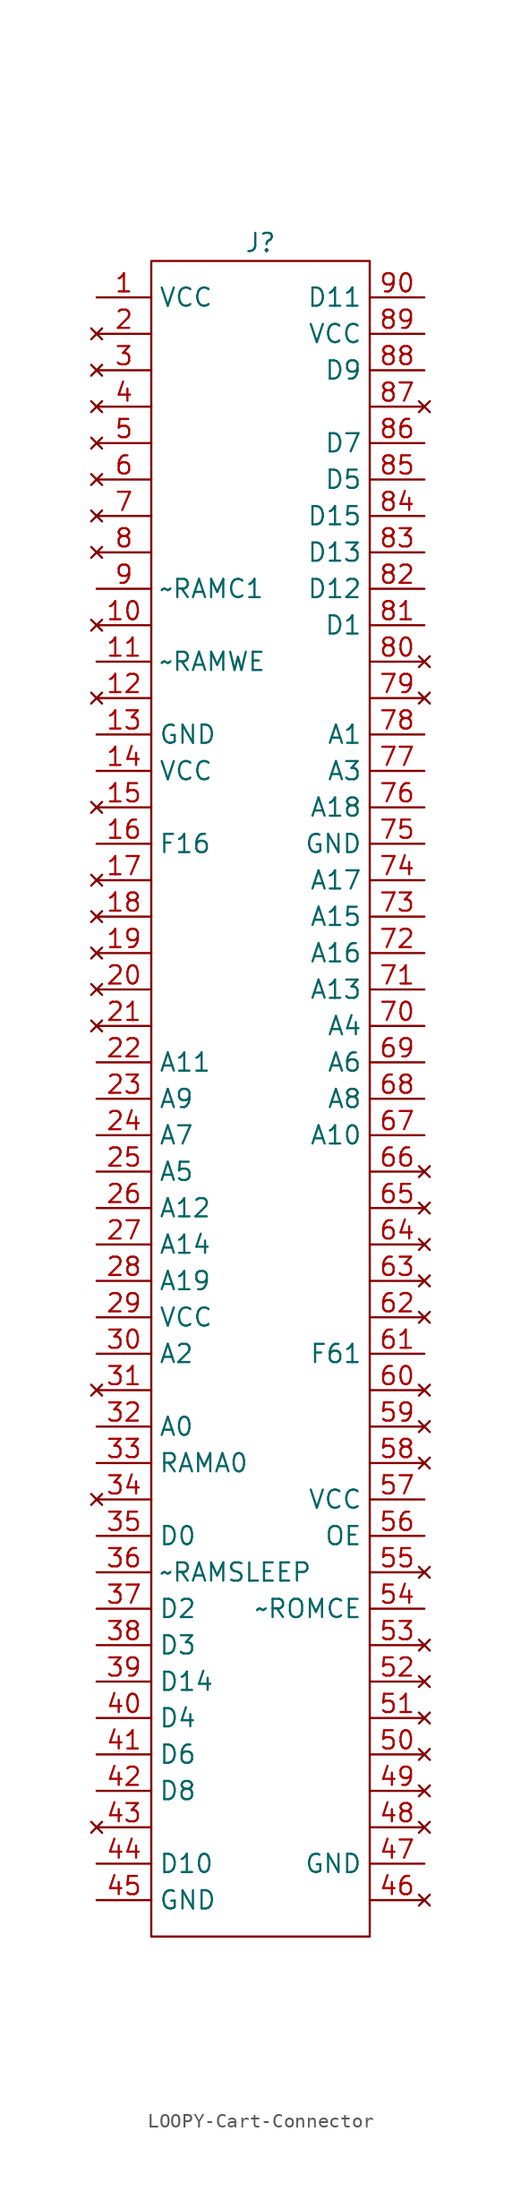
<source format=kicad_sym>
(kicad_symbol_lib
  (version 20220914)
  (generator kicad_symbol_editor)
  (symbol "LOOPY-Cart-Connector"
    (property "Reference" "J"
      (at 0 1.27 0)
      (effects (font (size 1.27 1.27))))
    (property "Value" ""
      (at 0 0 0)
      (effects (font (size 1.27 1.27))))
    (symbol "LOOPY-Cart-Connector_0_1"
      (rectangle (start -7.62 0) (end 7.62 -116.84) (stroke (width 0) (type default)) (fill (type none))))
    (symbol "LOOPY-Cart-Connector_1_1"
      (pin power_in line (at -11.43 -2.54 0) (length 3.81) (name "VCC" (effects (font (size 1.27 1.27)))) (number "1" (effects (font (size 1.27 1.27)))))
      (pin no_connect line (at -11.43 -25.4 0) (length 3.81) (name "" (effects (font (size 1.27 1.27)))) (number "10" (effects (font (size 1.27 1.27)))))
      (pin output line (at -11.43 -27.94 0) (length 3.81) (name "~RAMWE" (effects (font (size 1.27 1.27)))) (number "11" (effects (font (size 1.27 1.27)))))
      (pin no_connect line (at -11.43 -30.48 0) (length 3.81) (name "" (effects (font (size 1.27 1.27)))) (number "12" (effects (font (size 1.27 1.27)))))
      (pin power_in line (at -11.43 -33.02 0) (length 3.81) (name "GND" (effects (font (size 1.27 1.27)))) (number "13" (effects (font (size 1.27 1.27)))))
      (pin power_in line (at -11.43 -35.56 0) (length 3.81) (name "VCC" (effects (font (size 1.27 1.27)))) (number "14" (effects (font (size 1.27 1.27)))))
      (pin no_connect line (at -11.43 -38.1 0) (length 3.81) (name "" (effects (font (size 1.27 1.27)))) (number "15" (effects (font (size 1.27 1.27)))))
      (pin passive line (at -11.43 -40.64 0) (length 3.81) (name "F16" (effects (font (size 1.27 1.27)))) (number "16" (effects (font (size 1.27 1.27)))))
      (pin no_connect line (at -11.43 -43.18 0) (length 3.81) (name "" (effects (font (size 1.27 1.27)))) (number "17" (effects (font (size 1.27 1.27)))))
      (pin no_connect line (at -11.43 -45.72 0) (length 3.81) (name "" (effects (font (size 1.27 1.27)))) (number "18" (effects (font (size 1.27 1.27)))))
      (pin no_connect line (at -11.43 -48.26 0) (length 3.81) (name "" (effects (font (size 1.27 1.27)))) (number "19" (effects (font (size 1.27 1.27)))))
      (pin no_connect line (at -11.43 -5.08 0) (length 3.81) (name "" (effects (font (size 1.27 1.27)))) (number "2" (effects (font (size 1.27 1.27)))))
      (pin no_connect line (at -11.43 -50.8 0) (length 3.81) (name "" (effects (font (size 1.27 1.27)))) (number "20" (effects (font (size 1.27 1.27)))))
      (pin no_connect line (at -11.43 -53.34 0) (length 3.81) (name "" (effects (font (size 1.27 1.27)))) (number "21" (effects (font (size 1.27 1.27)))))
      (pin bidirectional line (at -11.43 -55.88 0) (length 3.81) (name "A11" (effects (font (size 1.27 1.27)))) (number "22" (effects (font (size 1.27 1.27)))))
      (pin bidirectional line (at -11.43 -58.42 0) (length 3.81) (name "A9" (effects (font (size 1.27 1.27)))) (number "23" (effects (font (size 1.27 1.27)))))
      (pin bidirectional line (at -11.43 -60.96 0) (length 3.81) (name "A7" (effects (font (size 1.27 1.27)))) (number "24" (effects (font (size 1.27 1.27)))))
      (pin bidirectional line (at -11.43 -63.5 0) (length 3.81) (name "A5" (effects (font (size 1.27 1.27)))) (number "25" (effects (font (size 1.27 1.27)))))
      (pin bidirectional line (at -11.43 -66.04 0) (length 3.81) (name "A12" (effects (font (size 1.27 1.27)))) (number "26" (effects (font (size 1.27 1.27)))))
      (pin bidirectional line (at -11.43 -68.58 0) (length 3.81) (name "A14" (effects (font (size 1.27 1.27)))) (number "27" (effects (font (size 1.27 1.27)))))
      (pin bidirectional line (at -11.43 -71.12 0) (length 3.81) (name "A19" (effects (font (size 1.27 1.27)))) (number "28" (effects (font (size 1.27 1.27)))))
      (pin power_out line (at -11.43 -73.66 0) (length 3.81) (name "VCC" (effects (font (size 1.27 1.27)))) (number "29" (effects (font (size 1.27 1.27)))))
      (pin no_connect line (at -11.43 -7.62 0) (length 3.81) (name "" (effects (font (size 1.27 1.27)))) (number "3" (effects (font (size 1.27 1.27)))))
      (pin bidirectional line (at -11.43 -76.2 0) (length 3.81) (name "A2" (effects (font (size 1.27 1.27)))) (number "30" (effects (font (size 1.27 1.27)))))
      (pin no_connect line (at -11.43 -78.74 0) (length 3.81) (name "" (effects (font (size 1.27 1.27)))) (number "31" (effects (font (size 1.27 1.27)))))
      (pin bidirectional line (at -11.43 -81.28 0) (length 3.81) (name "A0" (effects (font (size 1.27 1.27)))) (number "32" (effects (font (size 1.27 1.27)))))
      (pin bidirectional line (at -11.43 -83.82 0) (length 3.81) (name "RAMA0" (effects (font (size 1.27 1.27)))) (number "33" (effects (font (size 1.27 1.27)))))
      (pin no_connect line (at -11.43 -86.36 0) (length 3.81) (name "" (effects (font (size 1.27 1.27)))) (number "34" (effects (font (size 1.27 1.27)))))
      (pin bidirectional line (at -11.43 -88.9 0) (length 3.81) (name "D0" (effects (font (size 1.27 1.27)))) (number "35" (effects (font (size 1.27 1.27)))))
      (pin output line (at -11.43 -91.44 0) (length 3.81) (name "~RAMSLEEP" (effects (font (size 1.27 1.27)))) (number "36" (effects (font (size 1.27 1.27)))))
      (pin bidirectional line (at -11.43 -93.98 0) (length 3.81) (name "D2" (effects (font (size 1.27 1.27)))) (number "37" (effects (font (size 1.27 1.27)))))
      (pin bidirectional line (at -11.43 -96.52 0) (length 3.81) (name "D3" (effects (font (size 1.27 1.27)))) (number "38" (effects (font (size 1.27 1.27)))))
      (pin bidirectional line (at -11.43 -99.06 0) (length 3.81) (name "D14" (effects (font (size 1.27 1.27)))) (number "39" (effects (font (size 1.27 1.27)))))
      (pin no_connect line (at -11.43 -10.16 0) (length 3.81) (name "" (effects (font (size 1.27 1.27)))) (number "4" (effects (font (size 1.27 1.27)))))
      (pin bidirectional line (at -11.43 -101.6 0) (length 3.81) (name "D4" (effects (font (size 1.27 1.27)))) (number "40" (effects (font (size 1.27 1.27)))))
      (pin bidirectional line (at -11.43 -104.14 0) (length 3.81) (name "D6" (effects (font (size 1.27 1.27)))) (number "41" (effects (font (size 1.27 1.27)))))
      (pin bidirectional line (at -11.43 -106.68 0) (length 3.81) (name "D8" (effects (font (size 1.27 1.27)))) (number "42" (effects (font (size 1.27 1.27)))))
      (pin no_connect line (at -11.43 -109.22 0) (length 3.81) (name "" (effects (font (size 1.27 1.27)))) (number "43" (effects (font (size 1.27 1.27)))))
      (pin bidirectional line (at -11.43 -111.76 0) (length 3.81) (name "D10" (effects (font (size 1.27 1.27)))) (number "44" (effects (font (size 1.27 1.27)))))
      (pin power_in line (at -11.43 -114.3 0) (length 3.81) (name "GND" (effects (font (size 1.27 1.27)))) (number "45" (effects (font (size 1.27 1.27)))))
      (pin no_connect line (at 11.43 -114.3 180) (length 3.81) (name "" (effects (font (size 1.27 1.27)))) (number "46" (effects (font (size 1.27 1.27)))))
      (pin power_in line (at 11.43 -111.76 180) (length 3.81) (name "GND" (effects (font (size 1.27 1.27)))) (number "47" (effects (font (size 1.27 1.27)))))
      (pin no_connect line (at 11.43 -109.22 180) (length 3.81) (name "" (effects (font (size 1.27 1.27)))) (number "48" (effects (font (size 1.27 1.27)))))
      (pin no_connect line (at 11.43 -106.68 180) (length 3.81) (name "" (effects (font (size 1.27 1.27)))) (number "49" (effects (font (size 1.27 1.27)))))
      (pin no_connect line (at -11.43 -12.7 0) (length 3.81) (name "" (effects (font (size 1.27 1.27)))) (number "5" (effects (font (size 1.27 1.27)))))
      (pin no_connect line (at 11.43 -104.14 180) (length 3.81) (name "" (effects (font (size 1.27 1.27)))) (number "50" (effects (font (size 1.27 1.27)))))
      (pin no_connect line (at 11.43 -101.6 180) (length 3.81) (name "" (effects (font (size 1.27 1.27)))) (number "51" (effects (font (size 1.27 1.27)))))
      (pin no_connect line (at 11.43 -99.06 180) (length 3.81) (name "" (effects (font (size 1.27 1.27)))) (number "52" (effects (font (size 1.27 1.27)))))
      (pin no_connect line (at 11.43 -96.52 180) (length 3.81) (name "" (effects (font (size 1.27 1.27)))) (number "53" (effects (font (size 1.27 1.27)))))
      (pin output line (at 11.43 -93.98 180) (length 3.81) (name "~ROMCE" (effects (font (size 1.27 1.27)))) (number "54" (effects (font (size 1.27 1.27)))))
      (pin no_connect line (at 11.43 -91.44 180) (length 3.81) (name "" (effects (font (size 1.27 1.27)))) (number "55" (effects (font (size 1.27 1.27)))))
      (pin passive line (at 11.43 -88.9 180) (length 3.81) (name "OE" (effects (font (size 1.27 1.27)))) (number "56" (effects (font (size 1.27 1.27)))))
      (pin power_in line (at 11.43 -86.36 180) (length 3.81) (name "VCC" (effects (font (size 1.27 1.27)))) (number "57" (effects (font (size 1.27 1.27)))))
      (pin no_connect line (at 11.43 -83.82 180) (length 3.81) (name "" (effects (font (size 1.27 1.27)))) (number "58" (effects (font (size 1.27 1.27)))))
      (pin no_connect line (at 11.43 -81.28 180) (length 3.81) (name "" (effects (font (size 1.27 1.27)))) (number "59" (effects (font (size 1.27 1.27)))))
      (pin no_connect line (at -11.43 -15.24 0) (length 3.81) (name "" (effects (font (size 1.27 1.27)))) (number "6" (effects (font (size 1.27 1.27)))))
      (pin no_connect line (at 11.43 -78.74 180) (length 3.81) (name "" (effects (font (size 1.27 1.27)))) (number "60" (effects (font (size 1.27 1.27)))))
      (pin passive line (at 11.43 -76.2 180) (length 3.81) (name "F61" (effects (font (size 1.27 1.27)))) (number "61" (effects (font (size 1.27 1.27)))))
      (pin no_connect line (at 11.43 -73.66 180) (length 3.81) (name "" (effects (font (size 1.27 1.27)))) (number "62" (effects (font (size 1.27 1.27)))))
      (pin no_connect line (at 11.43 -71.12 180) (length 3.81) (name "" (effects (font (size 1.27 1.27)))) (number "63" (effects (font (size 1.27 1.27)))))
      (pin no_connect line (at 11.43 -68.58 180) (length 3.81) (name "" (effects (font (size 1.27 1.27)))) (number "64" (effects (font (size 1.27 1.27)))))
      (pin no_connect line (at 11.43 -66.04 180) (length 3.81) (name "" (effects (font (size 1.27 1.27)))) (number "65" (effects (font (size 1.27 1.27)))))
      (pin no_connect line (at 11.43 -63.5 180) (length 3.81) (name "" (effects (font (size 1.27 1.27)))) (number "66" (effects (font (size 1.27 1.27)))))
      (pin bidirectional line (at 11.43 -60.96 180) (length 3.81) (name "A10" (effects (font (size 1.27 1.27)))) (number "67" (effects (font (size 1.27 1.27)))))
      (pin bidirectional line (at 11.43 -58.42 180) (length 3.81) (name "A8" (effects (font (size 1.27 1.27)))) (number "68" (effects (font (size 1.27 1.27)))))
      (pin bidirectional line (at 11.43 -55.88 180) (length 3.81) (name "A6" (effects (font (size 1.27 1.27)))) (number "69" (effects (font (size 1.27 1.27)))))
      (pin no_connect line (at -11.43 -17.78 0) (length 3.81) (name "" (effects (font (size 1.27 1.27)))) (number "7" (effects (font (size 1.27 1.27)))))
      (pin bidirectional line (at 11.43 -53.34 180) (length 3.81) (name "A4" (effects (font (size 1.27 1.27)))) (number "70" (effects (font (size 1.27 1.27)))))
      (pin bidirectional line (at 11.43 -50.8 180) (length 3.81) (name "A13" (effects (font (size 1.27 1.27)))) (number "71" (effects (font (size 1.27 1.27)))))
      (pin bidirectional line (at 11.43 -48.26 180) (length 3.81) (name "A16" (effects (font (size 1.27 1.27)))) (number "72" (effects (font (size 1.27 1.27)))))
      (pin bidirectional line (at 11.43 -45.72 180) (length 3.81) (name "A15" (effects (font (size 1.27 1.27)))) (number "73" (effects (font (size 1.27 1.27)))))
      (pin bidirectional line (at 11.43 -43.18 180) (length 3.81) (name "A17" (effects (font (size 1.27 1.27)))) (number "74" (effects (font (size 1.27 1.27)))))
      (pin power_in line (at 11.43 -40.64 180) (length 3.81) (name "GND" (effects (font (size 1.27 1.27)))) (number "75" (effects (font (size 1.27 1.27)))))
      (pin bidirectional line (at 11.43 -38.1 180) (length 3.81) (name "A18" (effects (font (size 1.27 1.27)))) (number "76" (effects (font (size 1.27 1.27)))))
      (pin bidirectional line (at 11.43 -35.56 180) (length 3.81) (name "A3" (effects (font (size 1.27 1.27)))) (number "77" (effects (font (size 1.27 1.27)))))
      (pin bidirectional line (at 11.43 -33.02 180) (length 3.81) (name "A1" (effects (font (size 1.27 1.27)))) (number "78" (effects (font (size 1.27 1.27)))))
      (pin no_connect line (at 11.43 -30.48 180) (length 3.81) (name "" (effects (font (size 1.27 1.27)))) (number "79" (effects (font (size 1.27 1.27)))))
      (pin no_connect line (at -11.43 -20.32 0) (length 3.81) (name "" (effects (font (size 1.27 1.27)))) (number "8" (effects (font (size 1.27 1.27)))))
      (pin no_connect line (at 11.43 -27.94 180) (length 3.81) (name "" (effects (font (size 1.27 1.27)))) (number "80" (effects (font (size 1.27 1.27)))))
      (pin bidirectional line (at 11.43 -25.4 180) (length 3.81) (name "D1" (effects (font (size 1.27 1.27)))) (number "81" (effects (font (size 1.27 1.27)))))
      (pin bidirectional line (at 11.43 -22.86 180) (length 3.81) (name "D12" (effects (font (size 1.27 1.27)))) (number "82" (effects (font (size 1.27 1.27)))))
      (pin bidirectional line (at 11.43 -20.32 180) (length 3.81) (name "D13" (effects (font (size 1.27 1.27)))) (number "83" (effects (font (size 1.27 1.27)))))
      (pin bidirectional line (at 11.43 -17.78 180) (length 3.81) (name "D15" (effects (font (size 1.27 1.27)))) (number "84" (effects (font (size 1.27 1.27)))))
      (pin bidirectional line (at 11.43 -15.24 180) (length 3.81) (name "D5" (effects (font (size 1.27 1.27)))) (number "85" (effects (font (size 1.27 1.27)))))
      (pin bidirectional line (at 11.43 -12.7 180) (length 3.81) (name "D7" (effects (font (size 1.27 1.27)))) (number "86" (effects (font (size 1.27 1.27)))))
      (pin no_connect line (at 11.43 -10.16 180) (length 3.81) (name "" (effects (font (size 1.27 1.27)))) (number "87" (effects (font (size 1.27 1.27)))))
      (pin bidirectional line (at 11.43 -7.62 180) (length 3.81) (name "D9" (effects (font (size 1.27 1.27)))) (number "88" (effects (font (size 1.27 1.27)))))
      (pin power_in line (at 11.43 -5.08 180) (length 3.81) (name "VCC" (effects (font (size 1.27 1.27)))) (number "89" (effects (font (size 1.27 1.27)))))
      (pin output line (at -11.43 -22.86 0) (length 3.81) (name "~RAMC1" (effects (font (size 1.27 1.27)))) (number "9" (effects (font (size 1.27 1.27)))))
      (pin bidirectional line (at 11.43 -2.54 180) (length 3.81) (name "D11" (effects (font (size 1.27 1.27)))) (number "90" (effects (font (size 1.27 1.27))))))))
</source>
